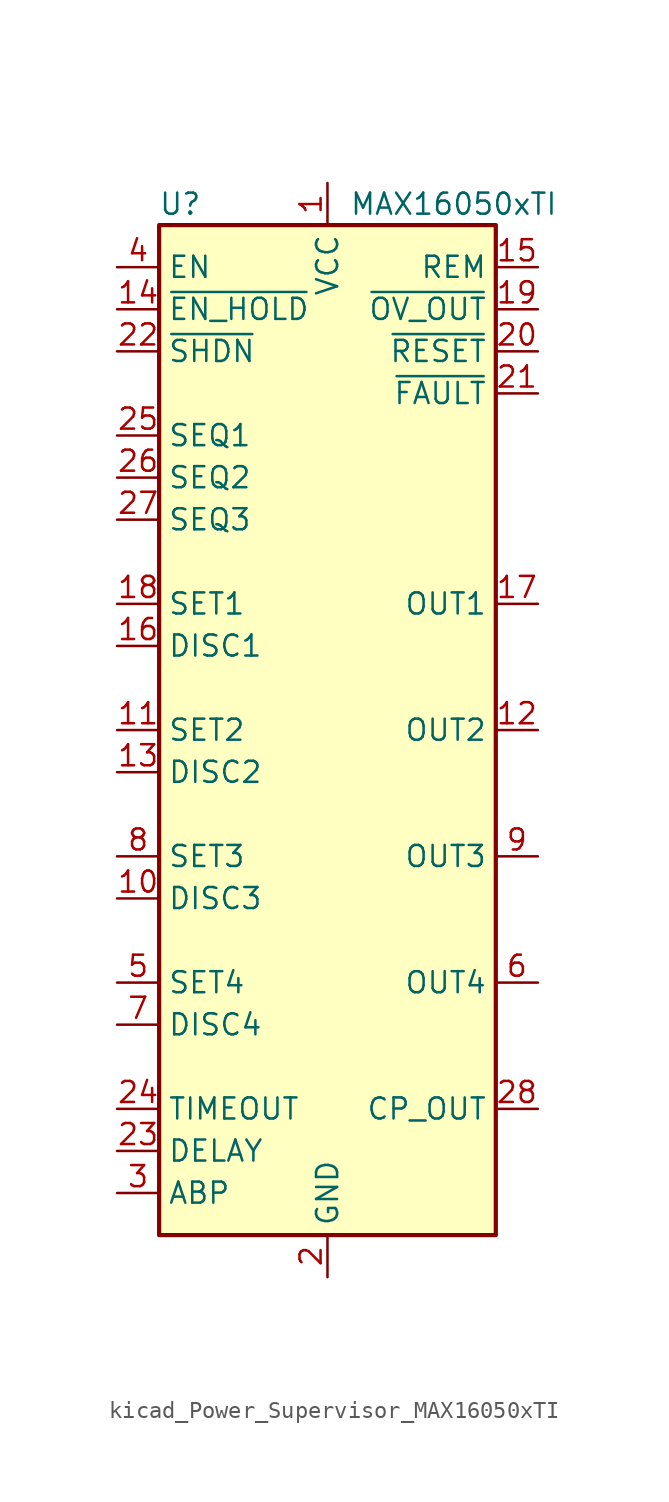
<source format=kicad_sym>
(kicad_symbol_lib
  (version 20220914)
  (generator kicad_symbol_editor)
  (symbol "kicad_Power_Supervisor_MAX16050xTI"
    (property "Reference" "U"
      (at -8.89 31.75 0)
      (effects (font (size 1.27 1.27))))
    (property "Value" "MAX16050xTI"
      (at 7.62 31.75 0)
      (effects (font (size 1.27 1.27))))
    (symbol "kicad_Power_Supervisor_MAX16050xTI_0_1"
      (rectangle (start -10.16 30.48) (end 10.16 -30.48) (stroke (width 0.254) (type default)) (fill (type background))))
    (symbol "kicad_Power_Supervisor_MAX16050xTI_1_1"
      (pin power_in line (at 0 33.02 270) (length 2.54) (name "VCC" (effects (font (size 1.27 1.27)))) (number "1" (effects (font (size 1.27 1.27)))))
      (pin input line (at -12.7 -10.16 0) (length 2.54) (name "DISC3" (effects (font (size 1.27 1.27)))) (number "10" (effects (font (size 1.27 1.27)))))
      (pin input line (at -12.7 0 0) (length 2.54) (name "SET2" (effects (font (size 1.27 1.27)))) (number "11" (effects (font (size 1.27 1.27)))))
      (pin open_collector line (at 12.7 0 180) (length 2.54) (name "OUT2" (effects (font (size 1.27 1.27)))) (number "12" (effects (font (size 1.27 1.27)))))
      (pin input line (at -12.7 -2.54 0) (length 2.54) (name "DISC2" (effects (font (size 1.27 1.27)))) (number "13" (effects (font (size 1.27 1.27)))))
      (pin input line (at -12.7 25.4 0) (length 2.54) (name "~{EN_HOLD}" (effects (font (size 1.27 1.27)))) (number "14" (effects (font (size 1.27 1.27)))))
      (pin open_collector line (at 12.7 27.94 180) (length 2.54) (name "REM" (effects (font (size 1.27 1.27)))) (number "15" (effects (font (size 1.27 1.27)))))
      (pin input line (at -12.7 5.08 0) (length 2.54) (name "DISC1" (effects (font (size 1.27 1.27)))) (number "16" (effects (font (size 1.27 1.27)))))
      (pin open_collector line (at 12.7 7.62 180) (length 2.54) (name "OUT1" (effects (font (size 1.27 1.27)))) (number "17" (effects (font (size 1.27 1.27)))))
      (pin input line (at -12.7 7.62 0) (length 2.54) (name "SET1" (effects (font (size 1.27 1.27)))) (number "18" (effects (font (size 1.27 1.27)))))
      (pin open_collector line (at 12.7 25.4 180) (length 2.54) (name "~{OV_OUT}" (effects (font (size 1.27 1.27)))) (number "19" (effects (font (size 1.27 1.27)))))
      (pin power_in line (at 0 -33.02 90) (length 2.54) (name "GND" (effects (font (size 1.27 1.27)))) (number "2" (effects (font (size 1.27 1.27)))))
      (pin open_collector line (at 12.7 22.86 180) (length 2.54) (name "~{RESET}" (effects (font (size 1.27 1.27)))) (number "20" (effects (font (size 1.27 1.27)))))
      (pin bidirectional line (at 12.7 20.32 180) (length 2.54) (name "~{FAULT}" (effects (font (size 1.27 1.27)))) (number "21" (effects (font (size 1.27 1.27)))))
      (pin input line (at -12.7 22.86 0) (length 2.54) (name "~{SHDN}" (effects (font (size 1.27 1.27)))) (number "22" (effects (font (size 1.27 1.27)))))
      (pin passive line (at -12.7 -25.4 0) (length 2.54) (name "DELAY" (effects (font (size 1.27 1.27)))) (number "23" (effects (font (size 1.27 1.27)))))
      (pin passive line (at -12.7 -22.86 0) (length 2.54) (name "TIMEOUT" (effects (font (size 1.27 1.27)))) (number "24" (effects (font (size 1.27 1.27)))))
      (pin input line (at -12.7 17.78 0) (length 2.54) (name "SEQ1" (effects (font (size 1.27 1.27)))) (number "25" (effects (font (size 1.27 1.27)))))
      (pin input line (at -12.7 15.24 0) (length 2.54) (name "SEQ2" (effects (font (size 1.27 1.27)))) (number "26" (effects (font (size 1.27 1.27)))))
      (pin input line (at -12.7 12.7 0) (length 2.54) (name "SEQ3" (effects (font (size 1.27 1.27)))) (number "27" (effects (font (size 1.27 1.27)))))
      (pin power_out line (at 12.7 -22.86 180) (length 2.54) (name "CP_OUT" (effects (font (size 1.27 1.27)))) (number "28" (effects (font (size 1.27 1.27)))))
      (pin passive line (at 0 -33.02 90) (length 2.54) hide (name "GND" (effects (font (size 1.27 1.27)))) (number "29" (effects (font (size 1.27 1.27)))))
      (pin passive line (at -12.7 -27.94 0) (length 2.54) (name "ABP" (effects (font (size 1.27 1.27)))) (number "3" (effects (font (size 1.27 1.27)))))
      (pin input line (at -12.7 27.94 0) (length 2.54) (name "EN" (effects (font (size 1.27 1.27)))) (number "4" (effects (font (size 1.27 1.27)))))
      (pin input line (at -12.7 -15.24 0) (length 2.54) (name "SET4" (effects (font (size 1.27 1.27)))) (number "5" (effects (font (size 1.27 1.27)))))
      (pin open_collector line (at 12.7 -15.24 180) (length 2.54) (name "OUT4" (effects (font (size 1.27 1.27)))) (number "6" (effects (font (size 1.27 1.27)))))
      (pin input line (at -12.7 -17.78 0) (length 2.54) (name "DISC4" (effects (font (size 1.27 1.27)))) (number "7" (effects (font (size 1.27 1.27)))))
      (pin input line (at -12.7 -7.62 0) (length 2.54) (name "SET3" (effects (font (size 1.27 1.27)))) (number "8" (effects (font (size 1.27 1.27)))))
      (pin open_collector line (at 12.7 -7.62 180) (length 2.54) (name "OUT3" (effects (font (size 1.27 1.27)))) (number "9" (effects (font (size 1.27 1.27))))))))
</source>
